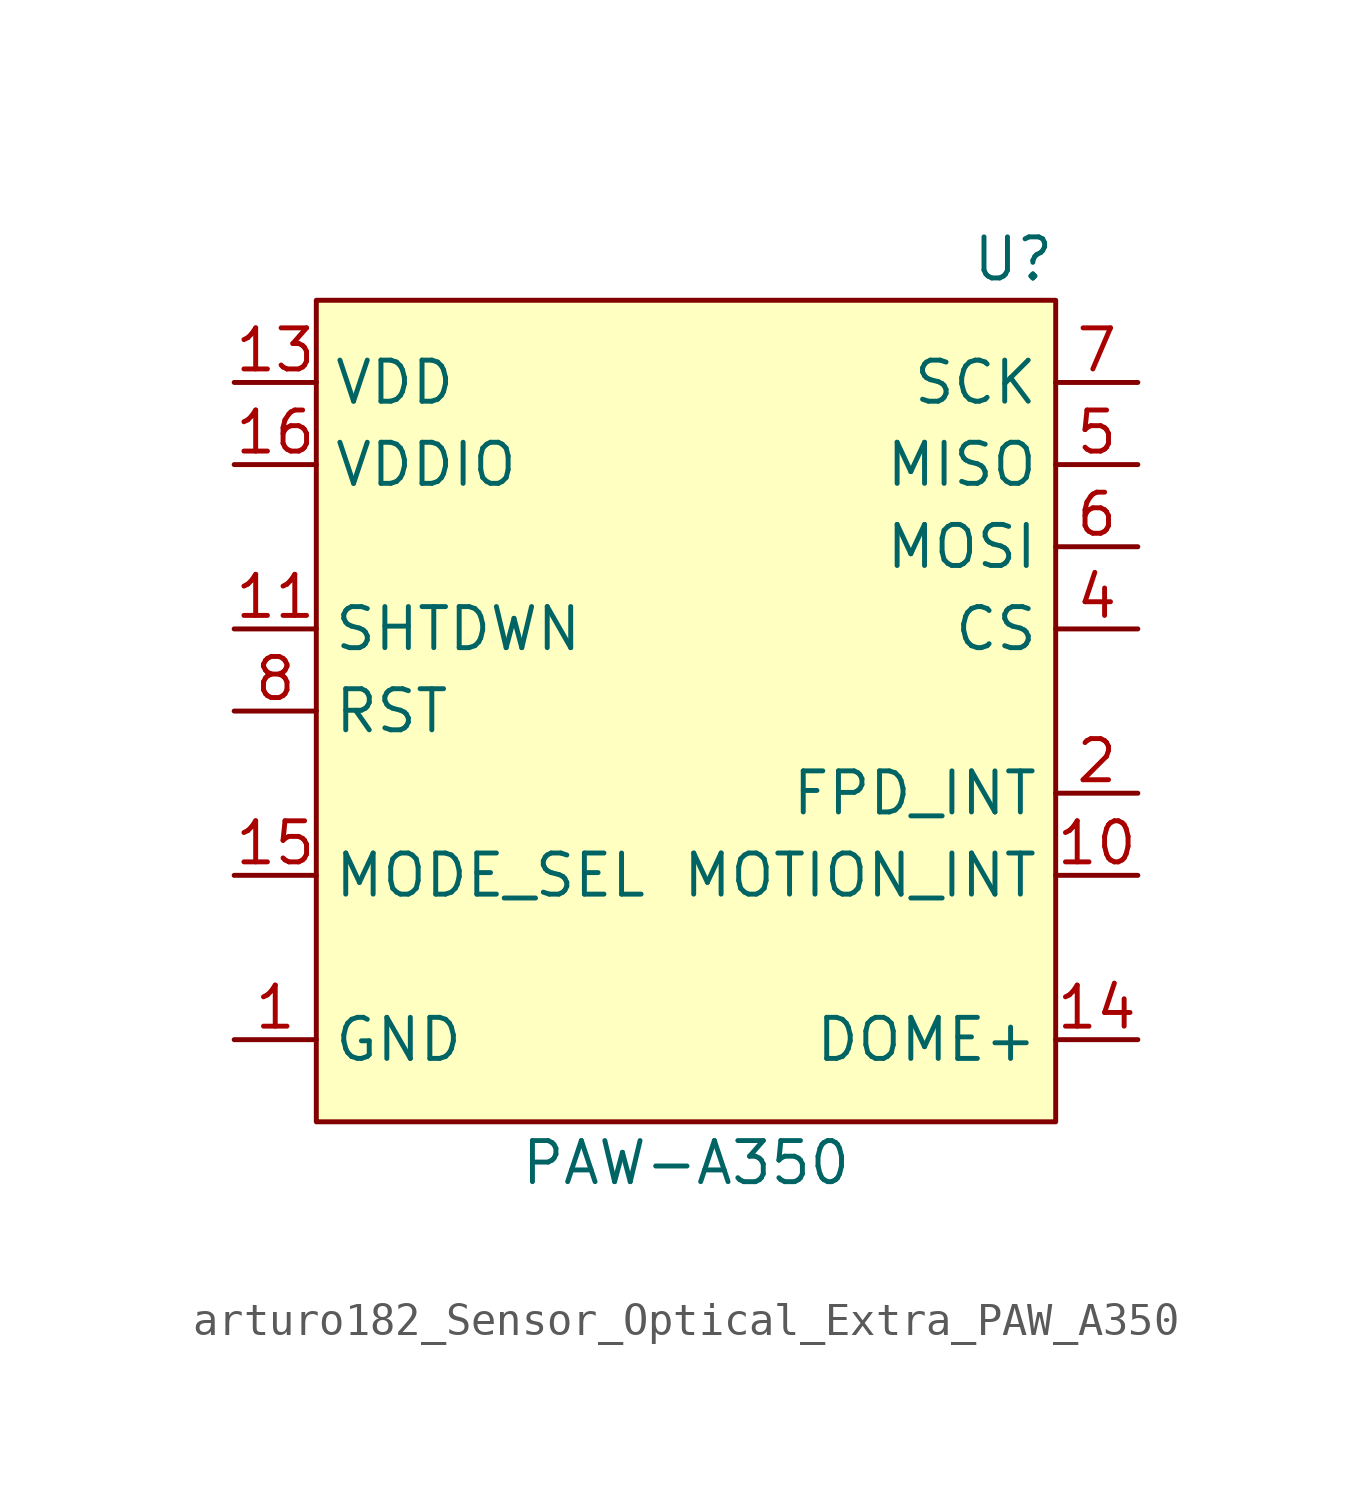
<source format=kicad_sym>
(kicad_symbol_lib
  (version 20220914)
  (generator kicad_symbol_editor)
  (symbol "arturo182_Sensor_Optical_Extra_PAW_A350"
    (property "Reference" "U"
      (at 11.43 13.97 0)
      (effects (font (size 1.27 1.27)) (justify right)))
    (property "Value" "PAW-A350"
      (at 0 -13.97 0)
      (effects (font (size 1.27 1.27))))
    (symbol "arturo182_Sensor_Optical_Extra_PAW_A350_0_0"
      (pin power_in line (at -13.97 -10.16 0) (length 2.54) (name "GND" (effects (font (size 1.27 1.27)))) (number "1" (effects (font (size 1.27 1.27)))))
      (pin output line (at 13.97 -5.08 180) (length 2.54) (name "MOTION_INT" (effects (font (size 1.27 1.27)))) (number "10" (effects (font (size 1.27 1.27)))))
      (pin input line (at -13.97 2.54 0) (length 2.54) (name "SHTDWN" (effects (font (size 1.27 1.27)))) (number "11" (effects (font (size 1.27 1.27)))))
      (pin no_connect line (at -1.27 7.62 0) (length 2.54) hide (name "NC" (effects (font (size 1.27 1.27)))) (number "12" (effects (font (size 1.27 1.27)))))
      (pin power_in line (at -13.97 10.16 0) (length 2.54) (name "VDD" (effects (font (size 1.27 1.27)))) (number "13" (effects (font (size 1.27 1.27)))))
      (pin input line (at -13.97 -5.08 0) (length 2.54) (name "MODE_SEL" (effects (font (size 1.27 1.27)))) (number "15" (effects (font (size 1.27 1.27)))))
      (pin power_in line (at -13.97 7.62 0) (length 2.54) (name "VDDIO" (effects (font (size 1.27 1.27)))) (number "16" (effects (font (size 1.27 1.27)))))
      (pin no_connect line (at -1.27 5.08 0) (length 2.54) hide (name "NC" (effects (font (size 1.27 1.27)))) (number "17" (effects (font (size 1.27 1.27)))))
      (pin output line (at 13.97 -2.54 180) (length 2.54) (name "FPD_INT" (effects (font (size 1.27 1.27)))) (number "2" (effects (font (size 1.27 1.27)))))
      (pin passive line (at -13.97 -10.16 0) (length 2.54) hide (name "GND" (effects (font (size 1.27 1.27)))) (number "3" (effects (font (size 1.27 1.27)))))
      (pin input line (at -13.97 0 0) (length 2.54) (name "RST" (effects (font (size 1.27 1.27)))) (number "8" (effects (font (size 1.27 1.27))))))
    (symbol "arturo182_Sensor_Optical_Extra_PAW_A350_1_0"
      (pin output line (at 13.97 -10.16 180) (length 2.54) (name "DOME+" (effects (font (size 1.27 1.27)))) (number "14" (effects (font (size 1.27 1.27)))))
      (pin input line (at 13.97 2.54 180) (length 2.54) (name "CS" (effects (font (size 1.27 1.27)))) (number "4" (effects (font (size 1.27 1.27)))) (alternate "ID_A1" input line))
      (pin bidirectional line (at 13.97 7.62 180) (length 2.54) (name "MISO" (effects (font (size 1.27 1.27)))) (number "5" (effects (font (size 1.27 1.27)))) (alternate "SDA" bidirectional line))
      (pin input line (at 13.97 5.08 180) (length 2.54) (name "MOSI" (effects (font (size 1.27 1.27)))) (number "6" (effects (font (size 1.27 1.27)))) (alternate "ID_A0" input line))
      (pin input line (at 13.97 10.16 180) (length 2.54) (name "SCK" (effects (font (size 1.27 1.27)))) (number "7" (effects (font (size 1.27 1.27)))) (alternate "SCL" input line))
      (pin passive line (at -13.97 -10.16 0) (length 2.54) hide (name "GND" (effects (font (size 1.27 1.27)))) (number "9" (effects (font (size 1.27 1.27))))))
    (symbol "arturo182_Sensor_Optical_Extra_PAW_A350_1_1"
      (rectangle (start -11.43 12.7) (end 11.43 -12.7) (stroke (width 0) (type default)) (fill (type background))))))
</source>
